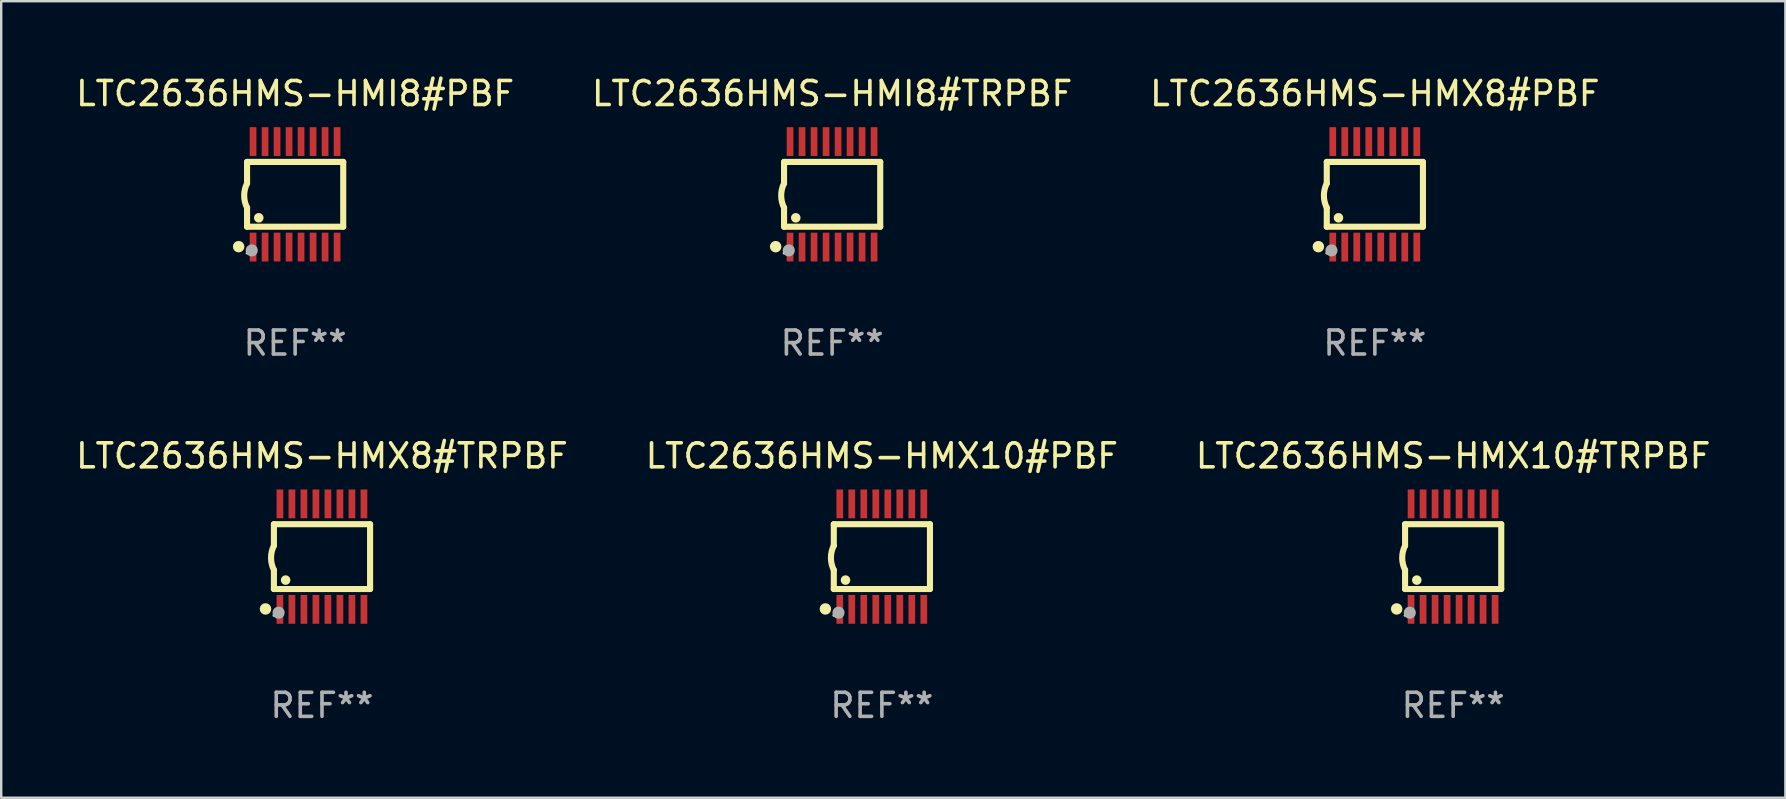
<source format=kicad_pcb>
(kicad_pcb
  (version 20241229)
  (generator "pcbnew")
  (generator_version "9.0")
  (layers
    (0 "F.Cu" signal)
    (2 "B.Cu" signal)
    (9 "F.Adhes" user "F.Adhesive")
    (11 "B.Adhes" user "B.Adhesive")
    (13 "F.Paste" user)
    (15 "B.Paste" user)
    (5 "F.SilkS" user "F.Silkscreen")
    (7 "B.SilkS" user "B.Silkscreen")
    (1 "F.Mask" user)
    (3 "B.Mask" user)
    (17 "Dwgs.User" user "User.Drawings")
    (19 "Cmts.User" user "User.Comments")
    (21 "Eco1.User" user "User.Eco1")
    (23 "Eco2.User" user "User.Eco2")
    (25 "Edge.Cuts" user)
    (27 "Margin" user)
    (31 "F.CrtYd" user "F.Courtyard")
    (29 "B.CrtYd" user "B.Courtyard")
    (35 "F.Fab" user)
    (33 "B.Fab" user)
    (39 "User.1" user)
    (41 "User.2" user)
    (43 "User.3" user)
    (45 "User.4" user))
  (footprint "LTC2636HMS-HMI8#PBF"
    (layer "F.Cu")
    (at 9.244 5.045)
    (property "Reference" "LTC2636HMS-HMI8#PBF" (at 0 -4.197 0) (layer "F.SilkS") (effects (font (size 1 1) (thickness 0.15))))
    (attr through_hole)
    (fp_line (start -2.003 -1.35) (end -2.003 -0.457) (stroke (width 0.254) (type solid)) (layer "F.SilkS"))
    (fp_line (start -2.003 -1.35) (end 2.003 -1.35) (stroke (width 0.254) (type solid)) (layer "F.SilkS"))
    (fp_line (start -2.003 1.35) (end -2.003 0.559) (stroke (width 0.254) (type solid)) (layer "F.SilkS"))
    (fp_line (start -2.003 1.35) (end 2.003 1.35) (stroke (width 0.254) (type solid)) (layer "F.SilkS"))
    (fp_line (start 2.003 -1.35) (end 2.003 1.35) (stroke (width 0.254) (type solid)) (layer "F.SilkS"))
    (fp_arc (start -2.002286 0.558802) (mid -2.122556 0.05092) (end -2.003302 -0.457201) (stroke (width 0.254001) (type solid)) (layer "F.SilkS"))
    (fp_circle (center -2.353 2.18) (end -2.233 2.18) (stroke (width 0.24) (type solid)) (fill no) (layer "F.SilkS"))
    (fp_circle (center -2.003 2.45) (end -1.973 2.45) (stroke (width 0.06) (type solid)) (fill no) (layer "F.SilkS"))
    (fp_circle (center -1.515 0.978) (end -1.415 0.978) (stroke (width 0.2) (type solid)) (fill no) (layer "F.SilkS"))
    (fp_circle (center -1.807 2.337) (end -1.68 2.337) (stroke (width 0.254) (type solid)) (fill no) (layer "F.Fab"))
    (fp_text user "REF**" (at 0 6.197 0) (layer "F.Fab") (effects (font (size 1 1) (thickness 0.15))))
    (pad "1" smd rect (at -1.753 2.197 90) (size 1.2 0.28) (layers "F.Cu" "F.Mask" "F.Paste"))
    (pad "2" smd rect (at -1.253 2.197 90) (size 1.2 0.28) (layers "F.Cu" "F.Mask" "F.Paste"))
    (pad "3" smd rect (at -0.753 2.197 90) (size 1.2 0.28) (layers "F.Cu" "F.Mask" "F.Paste"))
    (pad "4" smd rect (at -0.253 2.197 90) (size 1.2 0.28) (layers "F.Cu" "F.Mask" "F.Paste"))
    (pad "5" smd rect (at 0.247 2.197 90) (size 1.2 0.28) (layers "F.Cu" "F.Mask" "F.Paste"))
    (pad "6" smd rect (at 0.747 2.197 90) (size 1.2 0.28) (layers "F.Cu" "F.Mask" "F.Paste"))
    (pad "7" smd rect (at 1.247 2.197 90) (size 1.2 0.28) (layers "F.Cu" "F.Mask" "F.Paste"))
    (pad "8" smd rect (at 1.747 2.197 90) (size 1.2 0.28) (layers "F.Cu" "F.Mask" "F.Paste"))
    (pad "9" smd rect (at 1.747 -2.197 90) (size 1.2 0.28) (layers "F.Cu" "F.Mask" "F.Paste"))
    (pad "10" smd rect (at 1.247 -2.197 90) (size 1.2 0.28) (layers "F.Cu" "F.Mask" "F.Paste"))
    (pad "11" smd rect (at 0.747 -2.197 90) (size 1.2 0.28) (layers "F.Cu" "F.Mask" "F.Paste"))
    (pad "12" smd rect (at 0.247 -2.197 90) (size 1.2 0.28) (layers "F.Cu" "F.Mask" "F.Paste"))
    (pad "13" smd rect (at -0.253 -2.197 90) (size 1.2 0.28) (layers "F.Cu" "F.Mask" "F.Paste"))
    (pad "14" smd rect (at -0.753 -2.197 90) (size 1.2 0.28) (layers "F.Cu" "F.Mask" "F.Paste"))
    (pad "15" smd rect (at -1.253 -2.197 90) (size 1.2 0.28) (layers "F.Cu" "F.Mask" "F.Paste"))
    (pad "16" smd rect (at -1.753 -2.197 90) (size 1.2 0.28) (layers "F.Cu" "F.Mask" "F.Paste")))
  (footprint "LTC2636HMS-HMI8#TRPBF"
    (layer "F.Cu")
    (at 31.613 5.045)
    (property "Reference" "LTC2636HMS-HMI8#TRPBF" (at 0 -4.197 0) (layer "F.SilkS") (effects (font (size 1 1) (thickness 0.15))))
    (attr through_hole)
    (fp_line (start -2.003 -1.35) (end -2.003 -0.457) (stroke (width 0.254) (type solid)) (layer "F.SilkS"))
    (fp_line (start -2.003 -1.35) (end 2.003 -1.35) (stroke (width 0.254) (type solid)) (layer "F.SilkS"))
    (fp_line (start -2.003 1.35) (end -2.003 0.559) (stroke (width 0.254) (type solid)) (layer "F.SilkS"))
    (fp_line (start -2.003 1.35) (end 2.003 1.35) (stroke (width 0.254) (type solid)) (layer "F.SilkS"))
    (fp_line (start 2.003 -1.35) (end 2.003 1.35) (stroke (width 0.254) (type solid)) (layer "F.SilkS"))
    (fp_arc (start -2.002286 0.558802) (mid -2.122556 0.05092) (end -2.003302 -0.457201) (stroke (width 0.254001) (type solid)) (layer "F.SilkS"))
    (fp_circle (center -2.353 2.18) (end -2.233 2.18) (stroke (width 0.24) (type solid)) (fill no) (layer "F.SilkS"))
    (fp_circle (center -2.003 2.45) (end -1.973 2.45) (stroke (width 0.06) (type solid)) (fill no) (layer "F.SilkS"))
    (fp_circle (center -1.515 0.978) (end -1.415 0.978) (stroke (width 0.2) (type solid)) (fill no) (layer "F.SilkS"))
    (fp_circle (center -1.807 2.337) (end -1.68 2.337) (stroke (width 0.254) (type solid)) (fill no) (layer "F.Fab"))
    (fp_text user "REF**" (at 0 6.197 0) (layer "F.Fab") (effects (font (size 1 1) (thickness 0.15))))
    (pad "1" smd rect (at -1.753 2.197 90) (size 1.2 0.28) (layers "F.Cu" "F.Mask" "F.Paste"))
    (pad "2" smd rect (at -1.253 2.197 90) (size 1.2 0.28) (layers "F.Cu" "F.Mask" "F.Paste"))
    (pad "3" smd rect (at -0.753 2.197 90) (size 1.2 0.28) (layers "F.Cu" "F.Mask" "F.Paste"))
    (pad "4" smd rect (at -0.253 2.197 90) (size 1.2 0.28) (layers "F.Cu" "F.Mask" "F.Paste"))
    (pad "5" smd rect (at 0.247 2.197 90) (size 1.2 0.28) (layers "F.Cu" "F.Mask" "F.Paste"))
    (pad "6" smd rect (at 0.747 2.197 90) (size 1.2 0.28) (layers "F.Cu" "F.Mask" "F.Paste"))
    (pad "7" smd rect (at 1.247 2.197 90) (size 1.2 0.28) (layers "F.Cu" "F.Mask" "F.Paste"))
    (pad "8" smd rect (at 1.747 2.197 90) (size 1.2 0.28) (layers "F.Cu" "F.Mask" "F.Paste"))
    (pad "9" smd rect (at 1.747 -2.197 90) (size 1.2 0.28) (layers "F.Cu" "F.Mask" "F.Paste"))
    (pad "10" smd rect (at 1.247 -2.197 90) (size 1.2 0.28) (layers "F.Cu" "F.Mask" "F.Paste"))
    (pad "11" smd rect (at 0.747 -2.197 90) (size 1.2 0.28) (layers "F.Cu" "F.Mask" "F.Paste"))
    (pad "12" smd rect (at 0.247 -2.197 90) (size 1.2 0.28) (layers "F.Cu" "F.Mask" "F.Paste"))
    (pad "13" smd rect (at -0.253 -2.197 90) (size 1.2 0.28) (layers "F.Cu" "F.Mask" "F.Paste"))
    (pad "14" smd rect (at -0.753 -2.197 90) (size 1.2 0.28) (layers "F.Cu" "F.Mask" "F.Paste"))
    (pad "15" smd rect (at -1.253 -2.197 90) (size 1.2 0.28) (layers "F.Cu" "F.Mask" "F.Paste"))
    (pad "16" smd rect (at -1.753 -2.197 90) (size 1.2 0.28) (layers "F.Cu" "F.Mask" "F.Paste")))
  (footprint "LTC2636HMS-HMX10#PBF"
    (layer "F.Cu")
    (at 33.685 20.136)
    (property "Reference" "LTC2636HMS-HMX10#PBF" (at 0 -4.197 0) (layer "F.SilkS") (effects (font (size 1 1) (thickness 0.15))))
    (attr through_hole)
    (fp_line (start -2.003 -1.35) (end -2.003 -0.457) (stroke (width 0.254) (type solid)) (layer "F.SilkS"))
    (fp_line (start -2.003 -1.35) (end 2.003 -1.35) (stroke (width 0.254) (type solid)) (layer "F.SilkS"))
    (fp_line (start -2.003 1.35) (end -2.003 0.559) (stroke (width 0.254) (type solid)) (layer "F.SilkS"))
    (fp_line (start -2.003 1.35) (end 2.003 1.35) (stroke (width 0.254) (type solid)) (layer "F.SilkS"))
    (fp_line (start 2.003 -1.35) (end 2.003 1.35) (stroke (width 0.254) (type solid)) (layer "F.SilkS"))
    (fp_arc (start -2.002286 0.558802) (mid -2.122556 0.05092) (end -2.003302 -0.457201) (stroke (width 0.254001) (type solid)) (layer "F.SilkS"))
    (fp_circle (center -2.353 2.18) (end -2.233 2.18) (stroke (width 0.24) (type solid)) (fill no) (layer "F.SilkS"))
    (fp_circle (center -2.003 2.45) (end -1.973 2.45) (stroke (width 0.06) (type solid)) (fill no) (layer "F.SilkS"))
    (fp_circle (center -1.515 0.978) (end -1.415 0.978) (stroke (width 0.2) (type solid)) (fill no) (layer "F.SilkS"))
    (fp_circle (center -1.807 2.337) (end -1.68 2.337) (stroke (width 0.254) (type solid)) (fill no) (layer "F.Fab"))
    (fp_text user "REF**" (at 0 6.197 0) (layer "F.Fab") (effects (font (size 1 1) (thickness 0.15))))
    (pad "1" smd rect (at -1.753 2.197 90) (size 1.2 0.28) (layers "F.Cu" "F.Mask" "F.Paste"))
    (pad "2" smd rect (at -1.253 2.197 90) (size 1.2 0.28) (layers "F.Cu" "F.Mask" "F.Paste"))
    (pad "3" smd rect (at -0.753 2.197 90) (size 1.2 0.28) (layers "F.Cu" "F.Mask" "F.Paste"))
    (pad "4" smd rect (at -0.253 2.197 90) (size 1.2 0.28) (layers "F.Cu" "F.Mask" "F.Paste"))
    (pad "5" smd rect (at 0.247 2.197 90) (size 1.2 0.28) (layers "F.Cu" "F.Mask" "F.Paste"))
    (pad "6" smd rect (at 0.747 2.197 90) (size 1.2 0.28) (layers "F.Cu" "F.Mask" "F.Paste"))
    (pad "7" smd rect (at 1.247 2.197 90) (size 1.2 0.28) (layers "F.Cu" "F.Mask" "F.Paste"))
    (pad "8" smd rect (at 1.747 2.197 90) (size 1.2 0.28) (layers "F.Cu" "F.Mask" "F.Paste"))
    (pad "9" smd rect (at 1.747 -2.197 90) (size 1.2 0.28) (layers "F.Cu" "F.Mask" "F.Paste"))
    (pad "10" smd rect (at 1.247 -2.197 90) (size 1.2 0.28) (layers "F.Cu" "F.Mask" "F.Paste"))
    (pad "11" smd rect (at 0.747 -2.197 90) (size 1.2 0.28) (layers "F.Cu" "F.Mask" "F.Paste"))
    (pad "12" smd rect (at 0.247 -2.197 90) (size 1.2 0.28) (layers "F.Cu" "F.Mask" "F.Paste"))
    (pad "13" smd rect (at -0.253 -2.197 90) (size 1.2 0.28) (layers "F.Cu" "F.Mask" "F.Paste"))
    (pad "14" smd rect (at -0.753 -2.197 90) (size 1.2 0.28) (layers "F.Cu" "F.Mask" "F.Paste"))
    (pad "15" smd rect (at -1.253 -2.197 90) (size 1.2 0.28) (layers "F.Cu" "F.Mask" "F.Paste"))
    (pad "16" smd rect (at -1.753 -2.197 90) (size 1.2 0.28) (layers "F.Cu" "F.Mask" "F.Paste")))
  (footprint "LTC2636HMS-HMX8#PBF"
    (layer "F.Cu")
    (at 54.22 5.045)
    (property "Reference" "LTC2636HMS-HMX8#PBF" (at 0 -4.197 0) (layer "F.SilkS") (effects (font (size 1 1) (thickness 0.15))))
    (attr through_hole)
    (fp_line (start -2.003 -1.35) (end -2.003 -0.457) (stroke (width 0.254) (type solid)) (layer "F.SilkS"))
    (fp_line (start -2.003 -1.35) (end 2.003 -1.35) (stroke (width 0.254) (type solid)) (layer "F.SilkS"))
    (fp_line (start -2.003 1.35) (end -2.003 0.559) (stroke (width 0.254) (type solid)) (layer "F.SilkS"))
    (fp_line (start -2.003 1.35) (end 2.003 1.35) (stroke (width 0.254) (type solid)) (layer "F.SilkS"))
    (fp_line (start 2.003 -1.35) (end 2.003 1.35) (stroke (width 0.254) (type solid)) (layer "F.SilkS"))
    (fp_arc (start -2.002286 0.558802) (mid -2.122556 0.05092) (end -2.003302 -0.457201) (stroke (width 0.254001) (type solid)) (layer "F.SilkS"))
    (fp_circle (center -2.353 2.18) (end -2.233 2.18) (stroke (width 0.24) (type solid)) (fill no) (layer "F.SilkS"))
    (fp_circle (center -2.003 2.45) (end -1.973 2.45) (stroke (width 0.06) (type solid)) (fill no) (layer "F.SilkS"))
    (fp_circle (center -1.515 0.978) (end -1.415 0.978) (stroke (width 0.2) (type solid)) (fill no) (layer "F.SilkS"))
    (fp_circle (center -1.807 2.337) (end -1.68 2.337) (stroke (width 0.254) (type solid)) (fill no) (layer "F.Fab"))
    (fp_text user "REF**" (at 0 6.197 0) (layer "F.Fab") (effects (font (size 1 1) (thickness 0.15))))
    (pad "1" smd rect (at -1.753 2.197 90) (size 1.2 0.28) (layers "F.Cu" "F.Mask" "F.Paste"))
    (pad "2" smd rect (at -1.253 2.197 90) (size 1.2 0.28) (layers "F.Cu" "F.Mask" "F.Paste"))
    (pad "3" smd rect (at -0.753 2.197 90) (size 1.2 0.28) (layers "F.Cu" "F.Mask" "F.Paste"))
    (pad "4" smd rect (at -0.253 2.197 90) (size 1.2 0.28) (layers "F.Cu" "F.Mask" "F.Paste"))
    (pad "5" smd rect (at 0.247 2.197 90) (size 1.2 0.28) (layers "F.Cu" "F.Mask" "F.Paste"))
    (pad "6" smd rect (at 0.747 2.197 90) (size 1.2 0.28) (layers "F.Cu" "F.Mask" "F.Paste"))
    (pad "7" smd rect (at 1.247 2.197 90) (size 1.2 0.28) (layers "F.Cu" "F.Mask" "F.Paste"))
    (pad "8" smd rect (at 1.747 2.197 90) (size 1.2 0.28) (layers "F.Cu" "F.Mask" "F.Paste"))
    (pad "9" smd rect (at 1.747 -2.197 90) (size 1.2 0.28) (layers "F.Cu" "F.Mask" "F.Paste"))
    (pad "10" smd rect (at 1.247 -2.197 90) (size 1.2 0.28) (layers "F.Cu" "F.Mask" "F.Paste"))
    (pad "11" smd rect (at 0.747 -2.197 90) (size 1.2 0.28) (layers "F.Cu" "F.Mask" "F.Paste"))
    (pad "12" smd rect (at 0.247 -2.197 90) (size 1.2 0.28) (layers "F.Cu" "F.Mask" "F.Paste"))
    (pad "13" smd rect (at -0.253 -2.197 90) (size 1.2 0.28) (layers "F.Cu" "F.Mask" "F.Paste"))
    (pad "14" smd rect (at -0.753 -2.197 90) (size 1.2 0.28) (layers "F.Cu" "F.Mask" "F.Paste"))
    (pad "15" smd rect (at -1.253 -2.197 90) (size 1.2 0.28) (layers "F.Cu" "F.Mask" "F.Paste"))
    (pad "16" smd rect (at -1.753 -2.197 90) (size 1.2 0.28) (layers "F.Cu" "F.Mask" "F.Paste")))
  (footprint "LTC2636HMS-HMX10#TRPBF"
    (layer "F.Cu")
    (at 57.482 20.136)
    (property "Reference" "LTC2636HMS-HMX10#TRPBF" (at 0 -4.197 0) (layer "F.SilkS") (effects (font (size 1 1) (thickness 0.15))))
    (attr through_hole)
    (fp_line (start -2.003 -1.35) (end -2.003 -0.457) (stroke (width 0.254) (type solid)) (layer "F.SilkS"))
    (fp_line (start -2.003 -1.35) (end 2.003 -1.35) (stroke (width 0.254) (type solid)) (layer "F.SilkS"))
    (fp_line (start -2.003 1.35) (end -2.003 0.559) (stroke (width 0.254) (type solid)) (layer "F.SilkS"))
    (fp_line (start -2.003 1.35) (end 2.003 1.35) (stroke (width 0.254) (type solid)) (layer "F.SilkS"))
    (fp_line (start 2.003 -1.35) (end 2.003 1.35) (stroke (width 0.254) (type solid)) (layer "F.SilkS"))
    (fp_arc (start -2.002286 0.558802) (mid -2.122556 0.05092) (end -2.003302 -0.457201) (stroke (width 0.254001) (type solid)) (layer "F.SilkS"))
    (fp_circle (center -2.353 2.18) (end -2.233 2.18) (stroke (width 0.24) (type solid)) (fill no) (layer "F.SilkS"))
    (fp_circle (center -2.003 2.45) (end -1.973 2.45) (stroke (width 0.06) (type solid)) (fill no) (layer "F.SilkS"))
    (fp_circle (center -1.515 0.978) (end -1.415 0.978) (stroke (width 0.2) (type solid)) (fill no) (layer "F.SilkS"))
    (fp_circle (center -1.807 2.337) (end -1.68 2.337) (stroke (width 0.254) (type solid)) (fill no) (layer "F.Fab"))
    (fp_text user "REF**" (at 0 6.197 0) (layer "F.Fab") (effects (font (size 1 1) (thickness 0.15))))
    (pad "1" smd rect (at -1.753 2.197 90) (size 1.2 0.28) (layers "F.Cu" "F.Mask" "F.Paste"))
    (pad "2" smd rect (at -1.253 2.197 90) (size 1.2 0.28) (layers "F.Cu" "F.Mask" "F.Paste"))
    (pad "3" smd rect (at -0.753 2.197 90) (size 1.2 0.28) (layers "F.Cu" "F.Mask" "F.Paste"))
    (pad "4" smd rect (at -0.253 2.197 90) (size 1.2 0.28) (layers "F.Cu" "F.Mask" "F.Paste"))
    (pad "5" smd rect (at 0.247 2.197 90) (size 1.2 0.28) (layers "F.Cu" "F.Mask" "F.Paste"))
    (pad "6" smd rect (at 0.747 2.197 90) (size 1.2 0.28) (layers "F.Cu" "F.Mask" "F.Paste"))
    (pad "7" smd rect (at 1.247 2.197 90) (size 1.2 0.28) (layers "F.Cu" "F.Mask" "F.Paste"))
    (pad "8" smd rect (at 1.747 2.197 90) (size 1.2 0.28) (layers "F.Cu" "F.Mask" "F.Paste"))
    (pad "9" smd rect (at 1.747 -2.197 90) (size 1.2 0.28) (layers "F.Cu" "F.Mask" "F.Paste"))
    (pad "10" smd rect (at 1.247 -2.197 90) (size 1.2 0.28) (layers "F.Cu" "F.Mask" "F.Paste"))
    (pad "11" smd rect (at 0.747 -2.197 90) (size 1.2 0.28) (layers "F.Cu" "F.Mask" "F.Paste"))
    (pad "12" smd rect (at 0.247 -2.197 90) (size 1.2 0.28) (layers "F.Cu" "F.Mask" "F.Paste"))
    (pad "13" smd rect (at -0.253 -2.197 90) (size 1.2 0.28) (layers "F.Cu" "F.Mask" "F.Paste"))
    (pad "14" smd rect (at -0.753 -2.197 90) (size 1.2 0.28) (layers "F.Cu" "F.Mask" "F.Paste"))
    (pad "15" smd rect (at -1.253 -2.197 90) (size 1.2 0.28) (layers "F.Cu" "F.Mask" "F.Paste"))
    (pad "16" smd rect (at -1.753 -2.197 90) (size 1.2 0.28) (layers "F.Cu" "F.Mask" "F.Paste")))
  (footprint "LTC2636HMS-HMX8#TRPBF"
    (layer "F.Cu")
    (at 10.363 20.136)
    (property "Reference" "LTC2636HMS-HMX8#TRPBF" (at 0 -4.197 0) (layer "F.SilkS") (effects (font (size 1 1) (thickness 0.15))))
    (attr through_hole)
    (fp_line (start -2.003 -1.35) (end -2.003 -0.457) (stroke (width 0.254) (type solid)) (layer "F.SilkS"))
    (fp_line (start -2.003 -1.35) (end 2.003 -1.35) (stroke (width 0.254) (type solid)) (layer "F.SilkS"))
    (fp_line (start -2.003 1.35) (end -2.003 0.559) (stroke (width 0.254) (type solid)) (layer "F.SilkS"))
    (fp_line (start -2.003 1.35) (end 2.003 1.35) (stroke (width 0.254) (type solid)) (layer "F.SilkS"))
    (fp_line (start 2.003 -1.35) (end 2.003 1.35) (stroke (width 0.254) (type solid)) (layer "F.SilkS"))
    (fp_arc (start -2.002286 0.558802) (mid -2.122556 0.05092) (end -2.003302 -0.457201) (stroke (width 0.254001) (type solid)) (layer "F.SilkS"))
    (fp_circle (center -2.353 2.18) (end -2.233 2.18) (stroke (width 0.24) (type solid)) (fill no) (layer "F.SilkS"))
    (fp_circle (center -2.003 2.45) (end -1.973 2.45) (stroke (width 0.06) (type solid)) (fill no) (layer "F.SilkS"))
    (fp_circle (center -1.515 0.978) (end -1.415 0.978) (stroke (width 0.2) (type solid)) (fill no) (layer "F.SilkS"))
    (fp_circle (center -1.807 2.337) (end -1.68 2.337) (stroke (width 0.254) (type solid)) (fill no) (layer "F.Fab"))
    (fp_text user "REF**" (at 0 6.197 0) (layer "F.Fab") (effects (font (size 1 1) (thickness 0.15))))
    (pad "1" smd rect (at -1.753 2.197 90) (size 1.2 0.28) (layers "F.Cu" "F.Mask" "F.Paste"))
    (pad "2" smd rect (at -1.253 2.197 90) (size 1.2 0.28) (layers "F.Cu" "F.Mask" "F.Paste"))
    (pad "3" smd rect (at -0.753 2.197 90) (size 1.2 0.28) (layers "F.Cu" "F.Mask" "F.Paste"))
    (pad "4" smd rect (at -0.253 2.197 90) (size 1.2 0.28) (layers "F.Cu" "F.Mask" "F.Paste"))
    (pad "5" smd rect (at 0.247 2.197 90) (size 1.2 0.28) (layers "F.Cu" "F.Mask" "F.Paste"))
    (pad "6" smd rect (at 0.747 2.197 90) (size 1.2 0.28) (layers "F.Cu" "F.Mask" "F.Paste"))
    (pad "7" smd rect (at 1.247 2.197 90) (size 1.2 0.28) (layers "F.Cu" "F.Mask" "F.Paste"))
    (pad "8" smd rect (at 1.747 2.197 90) (size 1.2 0.28) (layers "F.Cu" "F.Mask" "F.Paste"))
    (pad "9" smd rect (at 1.747 -2.197 90) (size 1.2 0.28) (layers "F.Cu" "F.Mask" "F.Paste"))
    (pad "10" smd rect (at 1.247 -2.197 90) (size 1.2 0.28) (layers "F.Cu" "F.Mask" "F.Paste"))
    (pad "11" smd rect (at 0.747 -2.197 90) (size 1.2 0.28) (layers "F.Cu" "F.Mask" "F.Paste"))
    (pad "12" smd rect (at 0.247 -2.197 90) (size 1.2 0.28) (layers "F.Cu" "F.Mask" "F.Paste"))
    (pad "13" smd rect (at -0.253 -2.197 90) (size 1.2 0.28) (layers "F.Cu" "F.Mask" "F.Paste"))
    (pad "14" smd rect (at -0.753 -2.197 90) (size 1.2 0.28) (layers "F.Cu" "F.Mask" "F.Paste"))
    (pad "15" smd rect (at -1.253 -2.197 90) (size 1.2 0.28) (layers "F.Cu" "F.Mask" "F.Paste"))
    (pad "16" smd rect (at -1.753 -2.197 90) (size 1.2 0.28) (layers "F.Cu" "F.Mask" "F.Paste")))
  (gr_rect
    (start -3 -3)
    (end 71.321 30.181)
    (stroke (width 0.1) (type default))
    (fill no)
    (layer "Edge.Cuts")))
</source>
